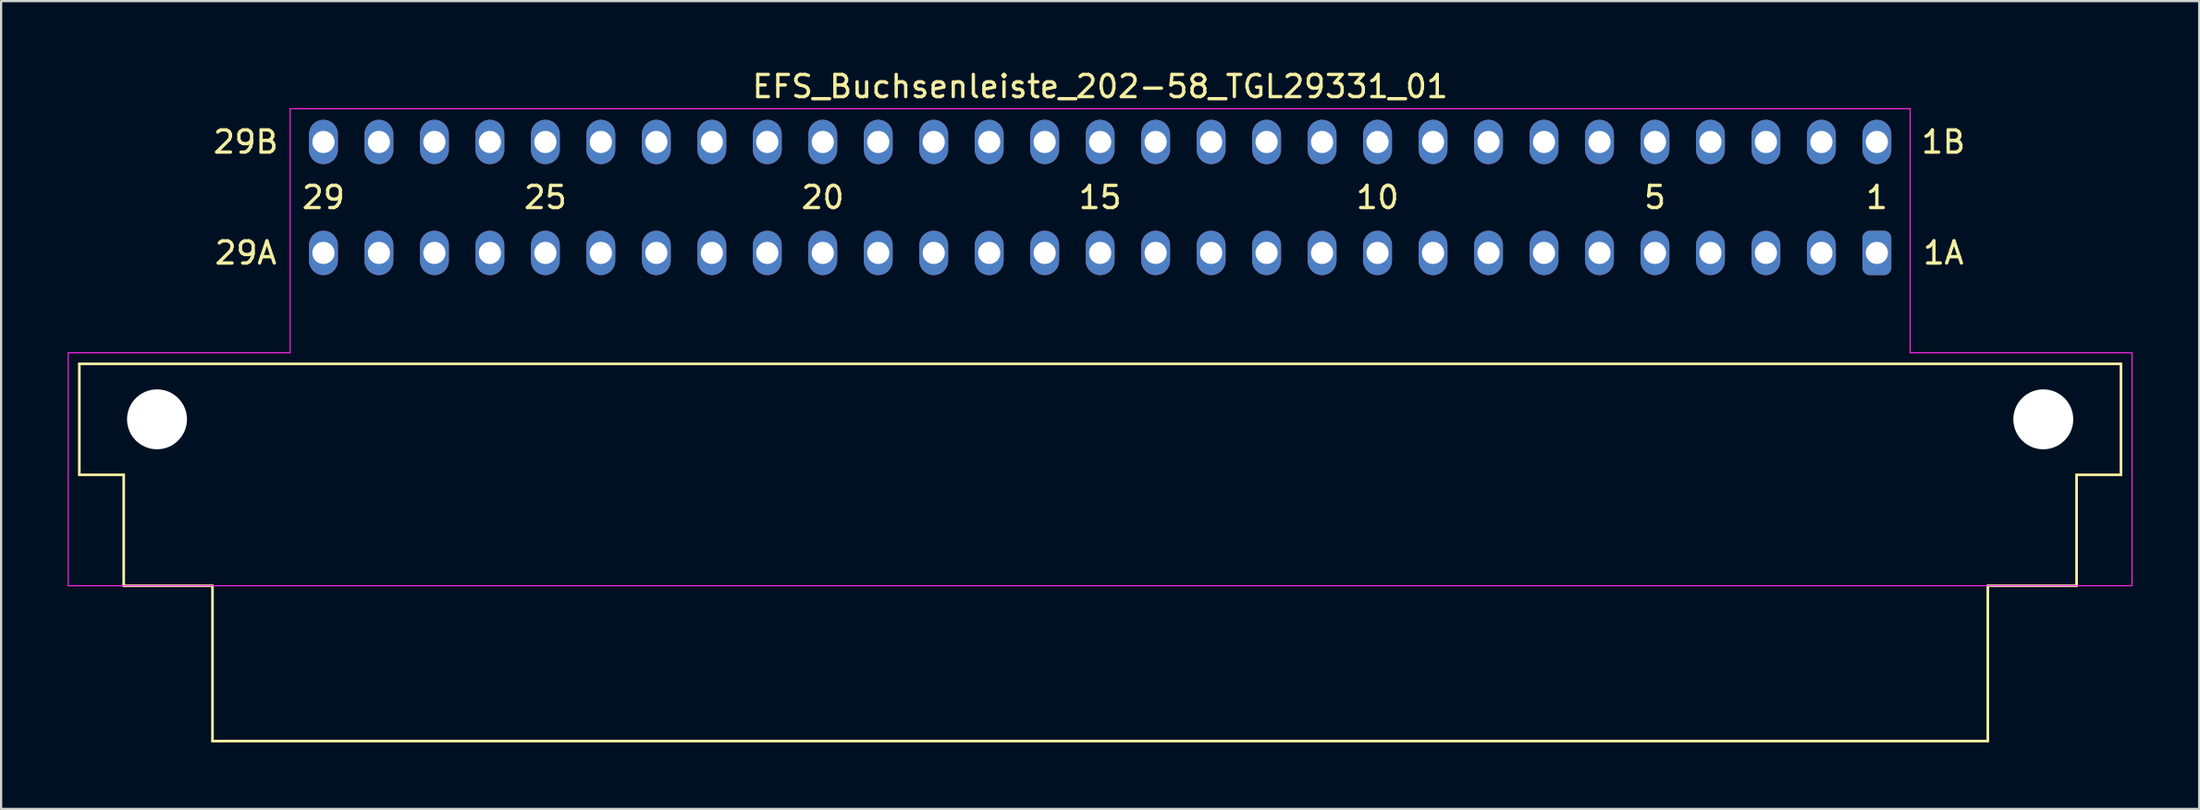
<source format=kicad_pcb>
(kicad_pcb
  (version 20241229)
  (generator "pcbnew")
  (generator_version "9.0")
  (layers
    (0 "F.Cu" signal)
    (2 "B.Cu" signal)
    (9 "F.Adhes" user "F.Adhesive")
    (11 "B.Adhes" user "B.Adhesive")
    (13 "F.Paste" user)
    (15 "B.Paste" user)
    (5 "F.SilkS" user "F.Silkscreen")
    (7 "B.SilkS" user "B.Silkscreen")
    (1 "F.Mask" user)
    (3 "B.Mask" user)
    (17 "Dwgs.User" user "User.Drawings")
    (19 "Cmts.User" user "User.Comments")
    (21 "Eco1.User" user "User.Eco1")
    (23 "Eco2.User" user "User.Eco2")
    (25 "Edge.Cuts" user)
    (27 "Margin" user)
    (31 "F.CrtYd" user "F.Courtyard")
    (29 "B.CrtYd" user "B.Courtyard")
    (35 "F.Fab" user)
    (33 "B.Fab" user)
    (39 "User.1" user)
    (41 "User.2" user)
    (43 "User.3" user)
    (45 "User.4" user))
  (footprint "EFS_Buchsenleiste_202-58_TGL29331_01"
    (layer "F.Cu")
    (at 46.525 20.848)
    (property "Reference" "EFS_Buchsenleiste_202-58_TGL29331_01" (at 0 -20 180) (layer "F.SilkS") (effects (font (size 1 1) (thickness 0.15))))
    (attr through_hole)
    (fp_line (start -46 -7.5) (end -46 -2.5) (stroke (width 0.12) (type solid)) (layer "F.SilkS"))
    (fp_line (start -46 -7.5) (end 46 -7.5) (stroke (width 0.12) (type solid)) (layer "F.SilkS"))
    (fp_line (start -46 -2.5) (end -44 -2.5) (stroke (width 0.12) (type solid)) (layer "F.SilkS"))
    (fp_line (start -44 -2.5) (end -44 2.5) (stroke (width 0.12) (type solid)) (layer "F.SilkS"))
    (fp_line (start -44 2.5) (end -40 2.5) (stroke (width 0.12) (type solid)) (layer "F.SilkS"))
    (fp_line (start -40 2.5) (end -40 9.5) (stroke (width 0.12) (type solid)) (layer "F.SilkS"))
    (fp_line (start -40 9.5) (end 40 9.5) (stroke (width 0.12) (type solid)) (layer "F.SilkS"))
    (fp_line (start 40 2.5) (end 44 2.5) (stroke (width 0.12) (type solid)) (layer "F.SilkS"))
    (fp_line (start 40 9.5) (end 40 2.5) (stroke (width 0.12) (type solid)) (layer "F.SilkS"))
    (fp_line (start 44 -2.5) (end 46 -2.5) (stroke (width 0.12) (type solid)) (layer "F.SilkS"))
    (fp_line (start 44 2.5) (end 44 -2.5) (stroke (width 0.12) (type solid)) (layer "F.SilkS"))
    (fp_line (start 46 -2.5) (end 46 -7.5) (stroke (width 0.12) (type solid)) (layer "F.SilkS"))
    (fp_line (start -46.5 2.5) (end -46.5 -8) (stroke (width 0.05) (type solid)) (layer "F.CrtYd"))
    (fp_line (start -36.5 -19) (end 36.5 -19) (stroke (width 0.05) (type solid)) (layer "F.CrtYd"))
    (fp_line (start -36.5 -8) (end -46.5 -8) (stroke (width 0.05) (type solid)) (layer "F.CrtYd"))
    (fp_line (start -36.5 -8) (end -36.5 -19) (stroke (width 0.05) (type solid)) (layer "F.CrtYd"))
    (fp_line (start 36.5 -19) (end 36.5 -8) (stroke (width 0.05) (type solid)) (layer "F.CrtYd"))
    (fp_line (start 36.5 -8) (end 46.5 -8) (stroke (width 0.05) (type solid)) (layer "F.CrtYd"))
    (fp_line (start 46.5 -8) (end 46.5 2.5) (stroke (width 0.05) (type solid)) (layer "F.CrtYd"))
    (fp_line (start 46.5 2.5) (end -46.5 2.5) (stroke (width 0.05) (type solid)) (layer "F.CrtYd"))
    (fp_text user "29B" (at -38.5 -17.5 0) (layer "F.SilkS") (effects (font (size 1 1) (thickness 0.15))))
    (fp_text user "1" (at 35 -15 180) (layer "F.SilkS") (effects (font (size 1 1) (thickness 0.15))))
    (fp_text user "5" (at 25 -15 180) (layer "F.SilkS") (effects (font (size 1 1) (thickness 0.15))))
    (fp_text user "10" (at 12.5 -15 180) (layer "F.SilkS") (effects (font (size 1 1) (thickness 0.15))))
    (fp_text user "20" (at -12.5 -15 180) (layer "F.SilkS") (effects (font (size 1 1) (thickness 0.15))))
    (fp_text user "1A" (at 38 -12.5 0) (layer "F.SilkS") (effects (font (size 1 1) (thickness 0.15))))
    (fp_text user "1B" (at 38 -17.5 0) (layer "F.SilkS") (effects (font (size 1 1) (thickness 0.15))))
    (fp_text user "29A" (at -38.5 -12.5 0) (layer "F.SilkS") (effects (font (size 1 1) (thickness 0.15))))
    (fp_text user "29" (at -35 -15 180) (layer "F.SilkS") (effects (font (size 1 1) (thickness 0.15))))
    (fp_text user "25" (at -25 -15 180) (layer "F.SilkS") (effects (font (size 1 1) (thickness 0.15))))
    (fp_text user "15" (at 0 -15 180) (layer "F.SilkS") (effects (font (size 1 1) (thickness 0.15))))
    (pad "" np_thru_hole circle (at -42.5 -5) (size 2.7 2.7) (drill 2.7) (layers "*.Cu" "*.Mask"))
    (pad "" np_thru_hole circle (at 42.5 -5) (size 2.7 2.7) (drill 2.7) (layers "*.Cu" "*.Mask"))
    (pad "1a" thru_hole roundrect (at 35 -12.5) (size 1.3 2) (drill 1) (layers "*.Cu" "*.Mask") (roundrect_rratio 0.25))
    (pad "1b" thru_hole oval (at 35 -17.5) (size 1.3 2) (drill 1) (layers "*.Cu" "*.Mask"))
    (pad "2a" thru_hole oval (at 32.5 -12.5) (size 1.3 2) (drill 1) (layers "*.Cu" "*.Mask"))
    (pad "2b" thru_hole oval (at 32.5 -17.5) (size 1.3 2) (drill 1) (layers "*.Cu" "*.Mask"))
    (pad "3a" thru_hole oval (at 30 -12.5) (size 1.3 2) (drill 1) (layers "*.Cu" "*.Mask"))
    (pad "3b" thru_hole oval (at 30 -17.5) (size 1.3 2) (drill 1) (layers "*.Cu" "*.Mask"))
    (pad "4a" thru_hole oval (at 27.5 -12.5) (size 1.3 2) (drill 1) (layers "*.Cu" "*.Mask"))
    (pad "4b" thru_hole oval (at 27.5 -17.5) (size 1.3 2) (drill 1) (layers "*.Cu" "*.Mask"))
    (pad "5a" thru_hole oval (at 25 -12.5) (size 1.3 2) (drill 1) (layers "*.Cu" "*.Mask"))
    (pad "5b" thru_hole oval (at 25 -17.5) (size 1.3 2) (drill 1) (layers "*.Cu" "*.Mask"))
    (pad "6a" thru_hole oval (at 22.5 -12.5) (size 1.3 2) (drill 1) (layers "*.Cu" "*.Mask"))
    (pad "6b" thru_hole oval (at 22.5 -17.5) (size 1.3 2) (drill 1) (layers "*.Cu" "*.Mask"))
    (pad "7a" thru_hole oval (at 20 -12.5) (size 1.3 2) (drill 1) (layers "*.Cu" "*.Mask"))
    (pad "7b" thru_hole oval (at 20 -17.5) (size 1.3 2) (drill 1) (layers "*.Cu" "*.Mask"))
    (pad "8a" thru_hole oval (at 17.5 -12.5) (size 1.3 2) (drill 1) (layers "*.Cu" "*.Mask"))
    (pad "8b" thru_hole oval (at 17.5 -17.5) (size 1.3 2) (drill 1) (layers "*.Cu" "*.Mask"))
    (pad "9a" thru_hole oval (at 15 -12.5) (size 1.3 2) (drill 1) (layers "*.Cu" "*.Mask"))
    (pad "9b" thru_hole oval (at 15 -17.5) (size 1.3 2) (drill 1) (layers "*.Cu" "*.Mask"))
    (pad "10a" thru_hole oval (at 12.5 -12.5) (size 1.3 2) (drill 1) (layers "*.Cu" "*.Mask"))
    (pad "10b" thru_hole oval (at 12.5 -17.5) (size 1.3 2) (drill 1) (layers "*.Cu" "*.Mask"))
    (pad "11a" thru_hole oval (at 10 -12.5) (size 1.3 2) (drill 1) (layers "*.Cu" "*.Mask"))
    (pad "11b" thru_hole oval (at 10 -17.5) (size 1.3 2) (drill 1) (layers "*.Cu" "*.Mask"))
    (pad "12a" thru_hole oval (at 7.5 -12.5) (size 1.3 2) (drill 1) (layers "*.Cu" "*.Mask"))
    (pad "12b" thru_hole oval (at 7.5 -17.5) (size 1.3 2) (drill 1) (layers "*.Cu" "*.Mask"))
    (pad "13a" thru_hole oval (at 5 -12.5) (size 1.3 2) (drill 1) (layers "*.Cu" "*.Mask"))
    (pad "13b" thru_hole oval (at 5 -17.5) (size 1.3 2) (drill 1) (layers "*.Cu" "*.Mask"))
    (pad "14a" thru_hole oval (at 2.5 -12.5) (size 1.3 2) (drill 1) (layers "*.Cu" "*.Mask"))
    (pad "14b" thru_hole oval (at 2.5 -17.5) (size 1.3 2) (drill 1) (layers "*.Cu" "*.Mask"))
    (pad "15a" thru_hole oval (at 0 -12.5) (size 1.3 2) (drill 1) (layers "*.Cu" "*.Mask"))
    (pad "15b" thru_hole oval (at 0 -17.5) (size 1.3 2) (drill 1) (layers "*.Cu" "*.Mask"))
    (pad "16a" thru_hole oval (at -2.5 -12.5) (size 1.3 2) (drill 1) (layers "*.Cu" "*.Mask"))
    (pad "16b" thru_hole oval (at -2.5 -17.5) (size 1.3 2) (drill 1) (layers "*.Cu" "*.Mask"))
    (pad "17a" thru_hole oval (at -5 -12.5) (size 1.3 2) (drill 1) (layers "*.Cu" "*.Mask"))
    (pad "17b" thru_hole oval (at -5 -17.5) (size 1.3 2) (drill 1) (layers "*.Cu" "*.Mask"))
    (pad "18a" thru_hole oval (at -7.5 -12.5) (size 1.3 2) (drill 1) (layers "*.Cu" "*.Mask"))
    (pad "18b" thru_hole oval (at -7.5 -17.5) (size 1.3 2) (drill 1) (layers "*.Cu" "*.Mask"))
    (pad "19a" thru_hole oval (at -10 -12.5) (size 1.3 2) (drill 1) (layers "*.Cu" "*.Mask"))
    (pad "19b" thru_hole oval (at -10 -17.5) (size 1.3 2) (drill 1) (layers "*.Cu" "*.Mask"))
    (pad "20a" thru_hole oval (at -12.5 -12.5) (size 1.3 2) (drill 1) (layers "*.Cu" "*.Mask"))
    (pad "20b" thru_hole oval (at -12.5 -17.5) (size 1.3 2) (drill 1) (layers "*.Cu" "*.Mask"))
    (pad "21a" thru_hole oval (at -15 -12.5) (size 1.3 2) (drill 1) (layers "*.Cu" "*.Mask"))
    (pad "21b" thru_hole oval (at -15 -17.5) (size 1.3 2) (drill 1) (layers "*.Cu" "*.Mask"))
    (pad "22a" thru_hole oval (at -17.5 -12.5) (size 1.3 2) (drill 1) (layers "*.Cu" "*.Mask"))
    (pad "22b" thru_hole oval (at -17.5 -17.5) (size 1.3 2) (drill 1) (layers "*.Cu" "*.Mask"))
    (pad "23a" thru_hole oval (at -20 -12.5) (size 1.3 2) (drill 1) (layers "*.Cu" "*.Mask"))
    (pad "23b" thru_hole oval (at -20 -17.5) (size 1.3 2) (drill 1) (layers "*.Cu" "*.Mask"))
    (pad "24a" thru_hole oval (at -22.5 -12.5) (size 1.3 2) (drill 1) (layers "*.Cu" "*.Mask"))
    (pad "24b" thru_hole oval (at -22.5 -17.5) (size 1.3 2) (drill 1) (layers "*.Cu" "*.Mask"))
    (pad "25a" thru_hole oval (at -25 -12.5) (size 1.3 2) (drill 1) (layers "*.Cu" "*.Mask"))
    (pad "25b" thru_hole oval (at -25 -17.5) (size 1.3 2) (drill 1) (layers "*.Cu" "*.Mask"))
    (pad "26a" thru_hole oval (at -27.5 -12.5) (size 1.3 2) (drill 1) (layers "*.Cu" "*.Mask"))
    (pad "26b" thru_hole oval (at -27.5 -17.5) (size 1.3 2) (drill 1) (layers "*.Cu" "*.Mask"))
    (pad "27a" thru_hole oval (at -30 -12.5) (size 1.3 2) (drill 1) (layers "*.Cu" "*.Mask"))
    (pad "27b" thru_hole oval (at -30 -17.5) (size 1.3 2) (drill 1) (layers "*.Cu" "*.Mask"))
    (pad "28a" thru_hole oval (at -32.5 -12.5) (size 1.3 2) (drill 1) (layers "*.Cu" "*.Mask"))
    (pad "28b" thru_hole oval (at -32.5 -17.5) (size 1.3 2) (drill 1) (layers "*.Cu" "*.Mask"))
    (pad "29a" thru_hole oval (at -35 -12.5) (size 1.3 2) (drill 1) (layers "*.Cu" "*.Mask"))
    (pad "29b" thru_hole oval (at -35 -17.5) (size 1.3 2) (drill 1) (layers "*.Cu" "*.Mask")))
  (gr_rect
    (start -3 -3)
    (end 96.05 33.408)
    (stroke (width 0.1) (type default))
    (fill no)
    (layer "Edge.Cuts")))
</source>
